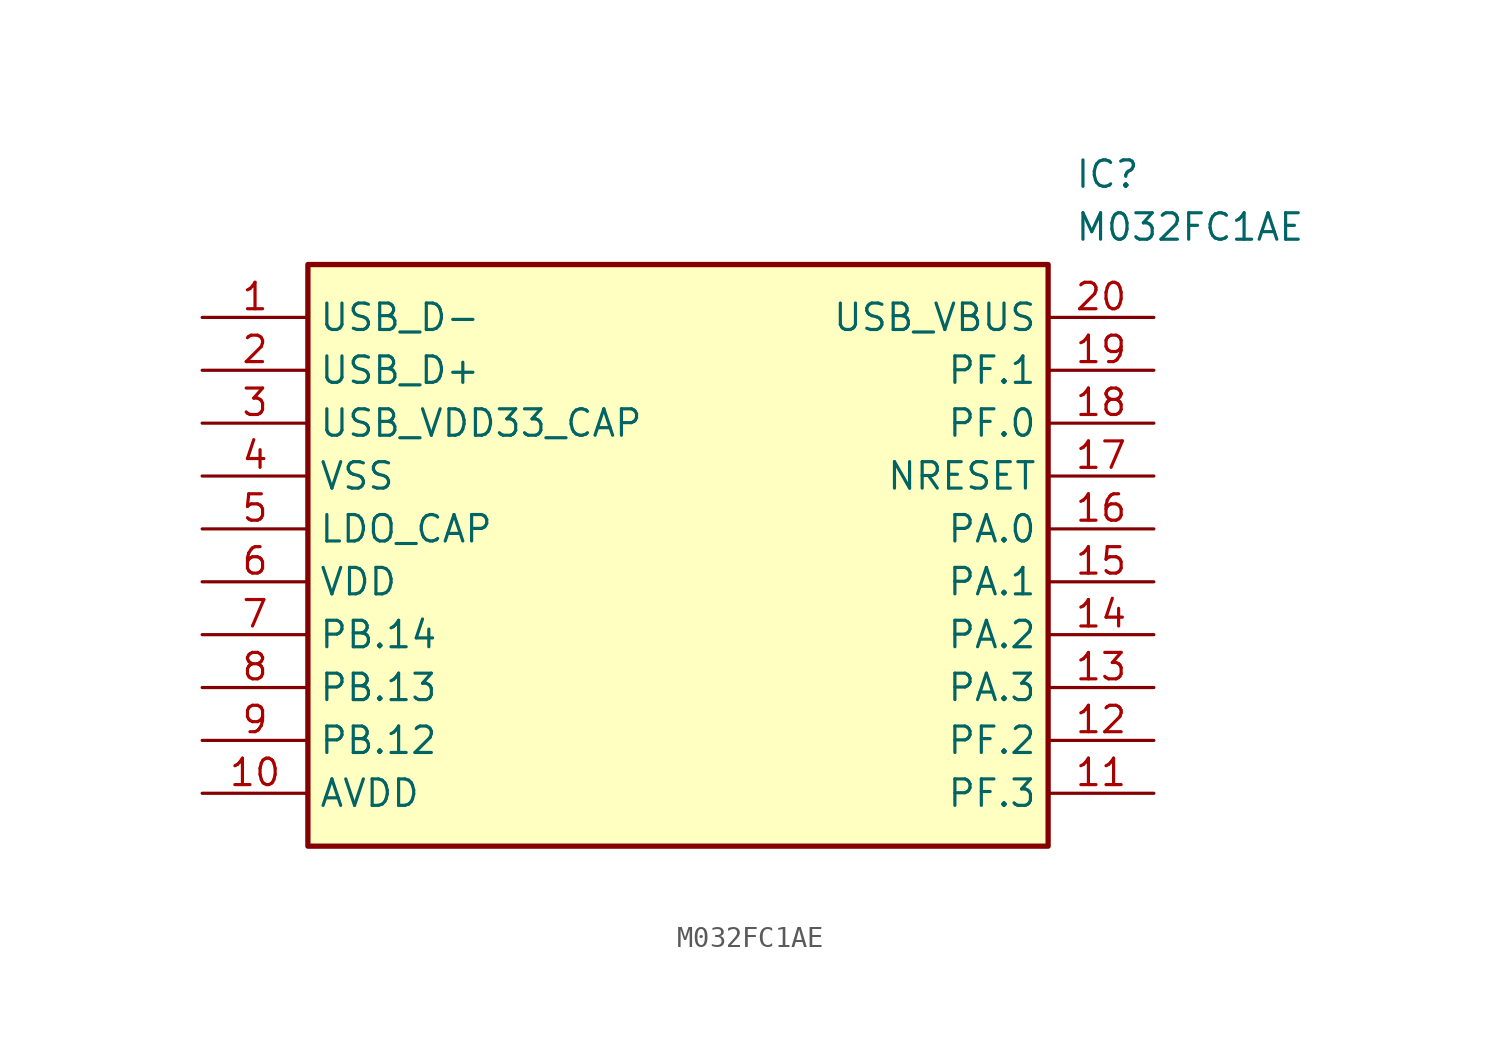
<source format=kicad_sym>
(kicad_symbol_lib
  (version 20211014)
  (generator SamacSys_ECAD_Model)
  (symbol "M032FC1AE"
    (property "Reference" "IC"
      (at 41.91 7.62 0)
      (effects (font (size 1.27 1.27)) (justify left top)))
    (property "Value" "M032FC1AE"
      (at 41.91 5.08 0)
      (effects (font (size 1.27 1.27)) (justify left top)))
    (rectangle
      (start 5.08 2.54)
      (end 40.64 -25.4)
      (stroke (width 0.254) (type default))
      (fill (type background)))
    (pin passive line
      (at 0 0 0)
      (length 5.08)
      (name "USB_D-" (effects (font (size 1.27 1.27))))
      (number "1" (effects (font (size 1.27 1.27)))))
    (pin passive line
      (at 0 -2.54 0)
      (length 5.08)
      (name "USB_D+" (effects (font (size 1.27 1.27))))
      (number "2" (effects (font (size 1.27 1.27)))))
    (pin passive line
      (at 0 -5.08 0)
      (length 5.08)
      (name "USB_VDD33_CAP" (effects (font (size 1.27 1.27))))
      (number "3" (effects (font (size 1.27 1.27)))))
    (pin passive line
      (at 0 -7.62 0)
      (length 5.08)
      (name "VSS" (effects (font (size 1.27 1.27))))
      (number "4" (effects (font (size 1.27 1.27)))))
    (pin passive line
      (at 0 -10.16 0)
      (length 5.08)
      (name "LDO_CAP" (effects (font (size 1.27 1.27))))
      (number "5" (effects (font (size 1.27 1.27)))))
    (pin passive line
      (at 0 -12.7 0)
      (length 5.08)
      (name "VDD" (effects (font (size 1.27 1.27))))
      (number "6" (effects (font (size 1.27 1.27)))))
    (pin passive line
      (at 0 -15.24 0)
      (length 5.08)
      (name "PB.14" (effects (font (size 1.27 1.27))))
      (number "7" (effects (font (size 1.27 1.27)))))
    (pin passive line
      (at 0 -17.78 0)
      (length 5.08)
      (name "PB.13" (effects (font (size 1.27 1.27))))
      (number "8" (effects (font (size 1.27 1.27)))))
    (pin passive line
      (at 0 -20.32 0)
      (length 5.08)
      (name "PB.12" (effects (font (size 1.27 1.27))))
      (number "9" (effects (font (size 1.27 1.27)))))
    (pin passive line
      (at 0 -22.86 0)
      (length 5.08)
      (name "AVDD" (effects (font (size 1.27 1.27))))
      (number "10" (effects (font (size 1.27 1.27)))))
    (pin passive line
      (at 45.72 0 180)
      (length 5.08)
      (name "USB_VBUS" (effects (font (size 1.27 1.27))))
      (number "20" (effects (font (size 1.27 1.27)))))
    (pin passive line
      (at 45.72 -2.54 180)
      (length 5.08)
      (name "PF.1" (effects (font (size 1.27 1.27))))
      (number "19" (effects (font (size 1.27 1.27)))))
    (pin passive line
      (at 45.72 -5.08 180)
      (length 5.08)
      (name "PF.0" (effects (font (size 1.27 1.27))))
      (number "18" (effects (font (size 1.27 1.27)))))
    (pin passive line
      (at 45.72 -7.62 180)
      (length 5.08)
      (name "NRESET" (effects (font (size 1.27 1.27))))
      (number "17" (effects (font (size 1.27 1.27)))))
    (pin passive line
      (at 45.72 -10.16 180)
      (length 5.08)
      (name "PA.0" (effects (font (size 1.27 1.27))))
      (number "16" (effects (font (size 1.27 1.27)))))
    (pin passive line
      (at 45.72 -12.7 180)
      (length 5.08)
      (name "PA.1" (effects (font (size 1.27 1.27))))
      (number "15" (effects (font (size 1.27 1.27)))))
    (pin passive line
      (at 45.72 -15.24 180)
      (length 5.08)
      (name "PA.2" (effects (font (size 1.27 1.27))))
      (number "14" (effects (font (size 1.27 1.27)))))
    (pin passive line
      (at 45.72 -17.78 180)
      (length 5.08)
      (name "PA.3" (effects (font (size 1.27 1.27))))
      (number "13" (effects (font (size 1.27 1.27)))))
    (pin passive line
      (at 45.72 -20.32 180)
      (length 5.08)
      (name "PF.2" (effects (font (size 1.27 1.27))))
      (number "12" (effects (font (size 1.27 1.27)))))
    (pin passive line
      (at 45.72 -22.86 180)
      (length 5.08)
      (name "PF.3" (effects (font (size 1.27 1.27))))
      (number "11" (effects (font (size 1.27 1.27)))))))
</source>
